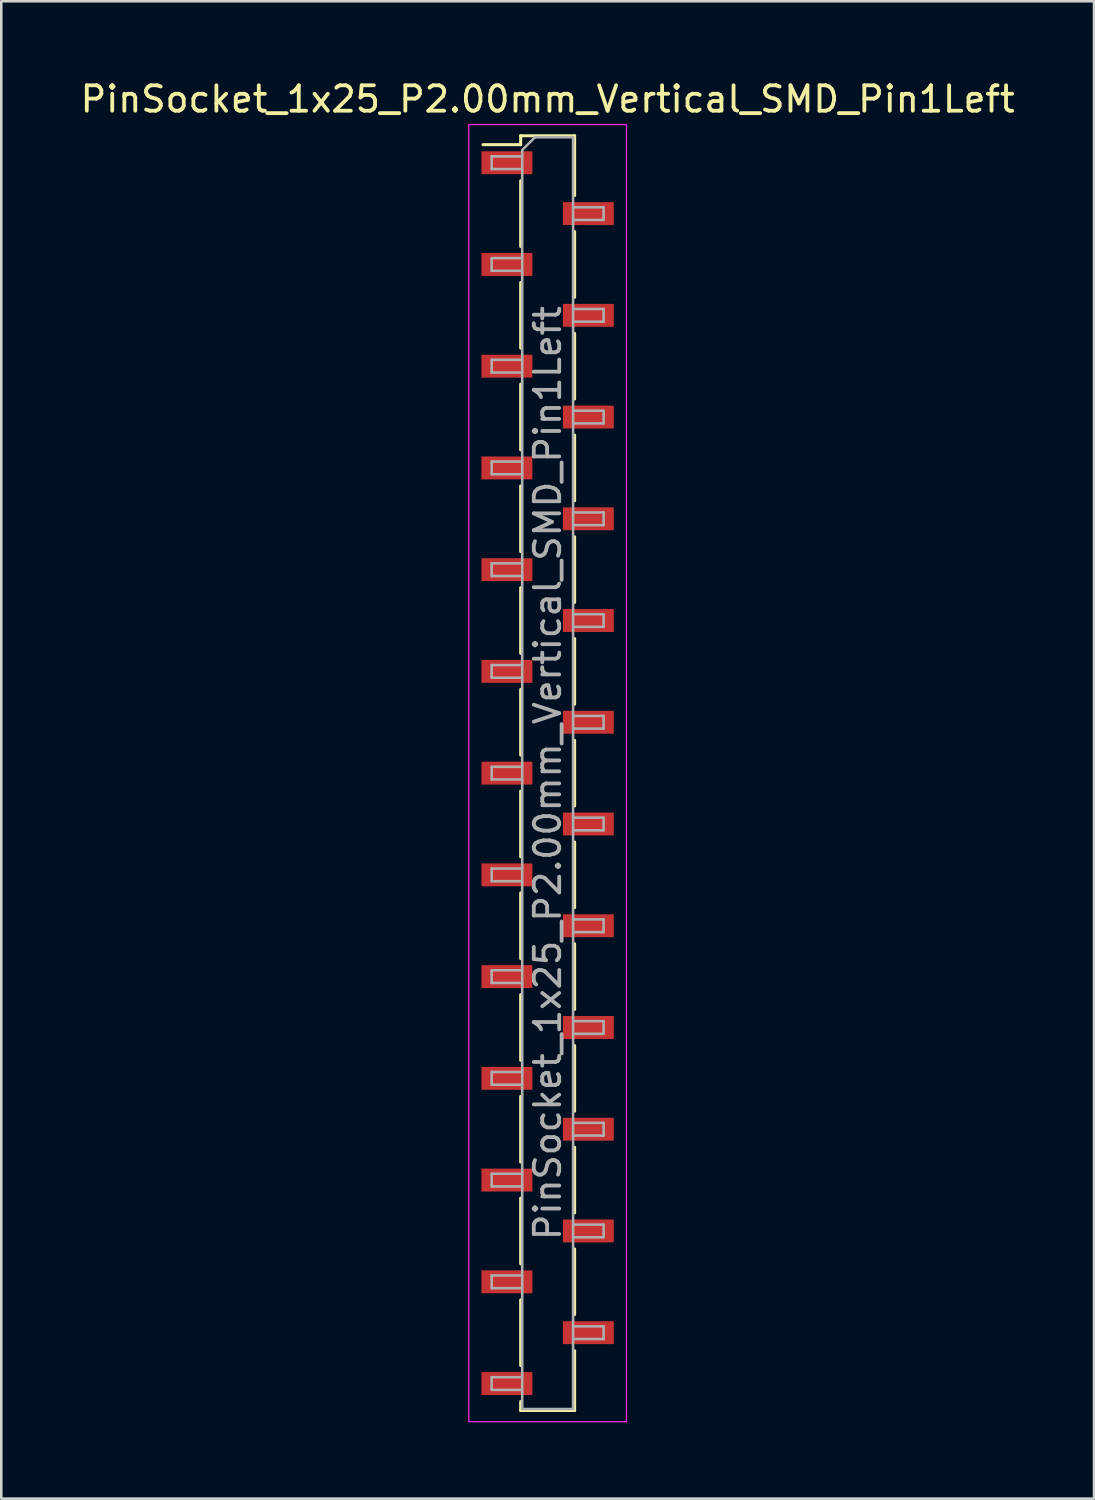
<source format=kicad_pcb>
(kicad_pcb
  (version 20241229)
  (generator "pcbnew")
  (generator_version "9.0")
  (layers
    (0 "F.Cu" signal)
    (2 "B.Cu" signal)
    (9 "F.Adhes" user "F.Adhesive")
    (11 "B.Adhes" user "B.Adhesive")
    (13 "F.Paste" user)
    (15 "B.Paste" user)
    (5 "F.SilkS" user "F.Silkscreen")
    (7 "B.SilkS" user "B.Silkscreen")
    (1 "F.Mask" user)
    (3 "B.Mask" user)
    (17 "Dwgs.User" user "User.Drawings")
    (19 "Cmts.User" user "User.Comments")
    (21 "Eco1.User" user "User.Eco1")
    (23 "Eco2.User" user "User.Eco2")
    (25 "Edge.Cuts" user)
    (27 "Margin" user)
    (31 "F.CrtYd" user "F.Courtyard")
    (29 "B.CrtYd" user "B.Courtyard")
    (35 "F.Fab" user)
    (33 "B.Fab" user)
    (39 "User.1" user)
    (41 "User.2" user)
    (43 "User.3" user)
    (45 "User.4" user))
  (footprint "PinSocket_1x25_P2.00mm_Vertical_SMD_Pin1Left"
    (layer "F.Cu")
    (at 18.482 27.348)
    (property "Reference" "PinSocket_1x25_P2.00mm_Vertical_SMD_Pin1Left" (at 0 -26.5 0) (layer "F.SilkS") (effects (font (size 1 1) (thickness 0.15))))
    (attr smd)
    (fp_line (start -2.54 -24.71) (end -1.06 -24.71) (stroke (width 0.12) (type solid)) (layer "F.SilkS"))
    (fp_line (start -1.06 -25.06) (end -1.06 -24.71) (stroke (width 0.12) (type solid)) (layer "F.SilkS"))
    (fp_line (start -1.06 -25.06) (end 1.06 -25.06) (stroke (width 0.12) (type solid)) (layer "F.SilkS"))
    (fp_line (start -1.06 -23.29) (end -1.06 -20.71) (stroke (width 0.12) (type solid)) (layer "F.SilkS"))
    (fp_line (start -1.06 -19.29) (end -1.06 -16.71) (stroke (width 0.12) (type solid)) (layer "F.SilkS"))
    (fp_line (start -1.06 -15.29) (end -1.06 -12.71) (stroke (width 0.12) (type solid)) (layer "F.SilkS"))
    (fp_line (start -1.06 -11.29) (end -1.06 -8.71) (stroke (width 0.12) (type solid)) (layer "F.SilkS"))
    (fp_line (start -1.06 -7.29) (end -1.06 -4.71) (stroke (width 0.12) (type solid)) (layer "F.SilkS"))
    (fp_line (start -1.06 -3.29) (end -1.06 -0.71) (stroke (width 0.12) (type solid)) (layer "F.SilkS"))
    (fp_line (start -1.06 0.71) (end -1.06 3.29) (stroke (width 0.12) (type solid)) (layer "F.SilkS"))
    (fp_line (start -1.06 4.71) (end -1.06 7.29) (stroke (width 0.12) (type solid)) (layer "F.SilkS"))
    (fp_line (start -1.06 8.71) (end -1.06 11.29) (stroke (width 0.12) (type solid)) (layer "F.SilkS"))
    (fp_line (start -1.06 12.71) (end -1.06 15.29) (stroke (width 0.12) (type solid)) (layer "F.SilkS"))
    (fp_line (start -1.06 16.71) (end -1.06 19.29) (stroke (width 0.12) (type solid)) (layer "F.SilkS"))
    (fp_line (start -1.06 20.71) (end -1.06 23.29) (stroke (width 0.12) (type solid)) (layer "F.SilkS"))
    (fp_line (start -1.06 24.71) (end -1.06 25.06) (stroke (width 0.12) (type solid)) (layer "F.SilkS"))
    (fp_line (start -1.06 25.06) (end 1.06 25.06) (stroke (width 0.12) (type solid)) (layer "F.SilkS"))
    (fp_line (start 1.06 -25.06) (end 1.06 -22.71) (stroke (width 0.12) (type solid)) (layer "F.SilkS"))
    (fp_line (start 1.06 -21.29) (end 1.06 -18.71) (stroke (width 0.12) (type solid)) (layer "F.SilkS"))
    (fp_line (start 1.06 -17.29) (end 1.06 -14.71) (stroke (width 0.12) (type solid)) (layer "F.SilkS"))
    (fp_line (start 1.06 -13.29) (end 1.06 -10.71) (stroke (width 0.12) (type solid)) (layer "F.SilkS"))
    (fp_line (start 1.06 -9.29) (end 1.06 -6.71) (stroke (width 0.12) (type solid)) (layer "F.SilkS"))
    (fp_line (start 1.06 -5.29) (end 1.06 -2.71) (stroke (width 0.12) (type solid)) (layer "F.SilkS"))
    (fp_line (start 1.06 -1.29) (end 1.06 1.29) (stroke (width 0.12) (type solid)) (layer "F.SilkS"))
    (fp_line (start 1.06 2.71) (end 1.06 5.29) (stroke (width 0.12) (type solid)) (layer "F.SilkS"))
    (fp_line (start 1.06 6.71) (end 1.06 9.29) (stroke (width 0.12) (type solid)) (layer "F.SilkS"))
    (fp_line (start 1.06 10.71) (end 1.06 13.29) (stroke (width 0.12) (type solid)) (layer "F.SilkS"))
    (fp_line (start 1.06 14.71) (end 1.06 17.29) (stroke (width 0.12) (type solid)) (layer "F.SilkS"))
    (fp_line (start 1.06 18.71) (end 1.06 21.29) (stroke (width 0.12) (type solid)) (layer "F.SilkS"))
    (fp_line (start 1.06 22.71) (end 1.06 25.06) (stroke (width 0.12) (type solid)) (layer "F.SilkS"))
    (fp_line (start -3.1 -25.5) (end 3.1 -25.5) (stroke (width 0.05) (type solid)) (layer "F.CrtYd"))
    (fp_line (start -3.1 25.5) (end -3.1 -25.5) (stroke (width 0.05) (type solid)) (layer "F.CrtYd"))
    (fp_line (start 3.1 -25.5) (end 3.1 25.5) (stroke (width 0.05) (type solid)) (layer "F.CrtYd"))
    (fp_line (start 3.1 25.5) (end -3.1 25.5) (stroke (width 0.05) (type solid)) (layer "F.CrtYd"))
    (fp_line (start -2.2 -24.25) (end -1 -24.25) (stroke (width 0.1) (type solid)) (layer "F.Fab"))
    (fp_line (start -2.2 -23.75) (end -2.2 -24.25) (stroke (width 0.1) (type solid)) (layer "F.Fab"))
    (fp_line (start -2.2 -20.25) (end -1 -20.25) (stroke (width 0.1) (type solid)) (layer "F.Fab"))
    (fp_line (start -2.2 -19.75) (end -2.2 -20.25) (stroke (width 0.1) (type solid)) (layer "F.Fab"))
    (fp_line (start -2.2 -16.25) (end -1 -16.25) (stroke (width 0.1) (type solid)) (layer "F.Fab"))
    (fp_line (start -2.2 -15.75) (end -2.2 -16.25) (stroke (width 0.1) (type solid)) (layer "F.Fab"))
    (fp_line (start -2.2 -12.25) (end -1 -12.25) (stroke (width 0.1) (type solid)) (layer "F.Fab"))
    (fp_line (start -2.2 -11.75) (end -2.2 -12.25) (stroke (width 0.1) (type solid)) (layer "F.Fab"))
    (fp_line (start -2.2 -8.25) (end -1 -8.25) (stroke (width 0.1) (type solid)) (layer "F.Fab"))
    (fp_line (start -2.2 -7.75) (end -2.2 -8.25) (stroke (width 0.1) (type solid)) (layer "F.Fab"))
    (fp_line (start -2.2 -4.25) (end -1 -4.25) (stroke (width 0.1) (type solid)) (layer "F.Fab"))
    (fp_line (start -2.2 -3.75) (end -2.2 -4.25) (stroke (width 0.1) (type solid)) (layer "F.Fab"))
    (fp_line (start -2.2 -0.25) (end -1 -0.25) (stroke (width 0.1) (type solid)) (layer "F.Fab"))
    (fp_line (start -2.2 0.25) (end -2.2 -0.25) (stroke (width 0.1) (type solid)) (layer "F.Fab"))
    (fp_line (start -2.2 3.75) (end -1 3.75) (stroke (width 0.1) (type solid)) (layer "F.Fab"))
    (fp_line (start -2.2 4.25) (end -2.2 3.75) (stroke (width 0.1) (type solid)) (layer "F.Fab"))
    (fp_line (start -2.2 7.75) (end -1 7.75) (stroke (width 0.1) (type solid)) (layer "F.Fab"))
    (fp_line (start -2.2 8.25) (end -2.2 7.75) (stroke (width 0.1) (type solid)) (layer "F.Fab"))
    (fp_line (start -2.2 11.75) (end -1 11.75) (stroke (width 0.1) (type solid)) (layer "F.Fab"))
    (fp_line (start -2.2 12.25) (end -2.2 11.75) (stroke (width 0.1) (type solid)) (layer "F.Fab"))
    (fp_line (start -2.2 15.75) (end -1 15.75) (stroke (width 0.1) (type solid)) (layer "F.Fab"))
    (fp_line (start -2.2 16.25) (end -2.2 15.75) (stroke (width 0.1) (type solid)) (layer "F.Fab"))
    (fp_line (start -2.2 19.75) (end -1 19.75) (stroke (width 0.1) (type solid)) (layer "F.Fab"))
    (fp_line (start -2.2 20.25) (end -2.2 19.75) (stroke (width 0.1) (type solid)) (layer "F.Fab"))
    (fp_line (start -2.2 23.75) (end -1 23.75) (stroke (width 0.1) (type solid)) (layer "F.Fab"))
    (fp_line (start -2.2 24.25) (end -2.2 23.75) (stroke (width 0.1) (type solid)) (layer "F.Fab"))
    (fp_line (start -1 -24.5) (end -0.5 -25) (stroke (width 0.1) (type solid)) (layer "F.Fab"))
    (fp_line (start -1 -23.75) (end -2.2 -23.75) (stroke (width 0.1) (type solid)) (layer "F.Fab"))
    (fp_line (start -1 -19.75) (end -2.2 -19.75) (stroke (width 0.1) (type solid)) (layer "F.Fab"))
    (fp_line (start -1 -15.75) (end -2.2 -15.75) (stroke (width 0.1) (type solid)) (layer "F.Fab"))
    (fp_line (start -1 -11.75) (end -2.2 -11.75) (stroke (width 0.1) (type solid)) (layer "F.Fab"))
    (fp_line (start -1 -7.75) (end -2.2 -7.75) (stroke (width 0.1) (type solid)) (layer "F.Fab"))
    (fp_line (start -1 -3.75) (end -2.2 -3.75) (stroke (width 0.1) (type solid)) (layer "F.Fab"))
    (fp_line (start -1 0.25) (end -2.2 0.25) (stroke (width 0.1) (type solid)) (layer "F.Fab"))
    (fp_line (start -1 4.25) (end -2.2 4.25) (stroke (width 0.1) (type solid)) (layer "F.Fab"))
    (fp_line (start -1 8.25) (end -2.2 8.25) (stroke (width 0.1) (type solid)) (layer "F.Fab"))
    (fp_line (start -1 12.25) (end -2.2 12.25) (stroke (width 0.1) (type solid)) (layer "F.Fab"))
    (fp_line (start -1 16.25) (end -2.2 16.25) (stroke (width 0.1) (type solid)) (layer "F.Fab"))
    (fp_line (start -1 20.25) (end -2.2 20.25) (stroke (width 0.1) (type solid)) (layer "F.Fab"))
    (fp_line (start -1 24.25) (end -2.2 24.25) (stroke (width 0.1) (type solid)) (layer "F.Fab"))
    (fp_line (start -1 25) (end -1 -24.5) (stroke (width 0.1) (type solid)) (layer "F.Fab"))
    (fp_line (start -0.5 -25) (end 1 -25) (stroke (width 0.1) (type solid)) (layer "F.Fab"))
    (fp_line (start 1 -25) (end 1 25) (stroke (width 0.1) (type solid)) (layer "F.Fab"))
    (fp_line (start 1 -22.25) (end 2.2 -22.25) (stroke (width 0.1) (type solid)) (layer "F.Fab"))
    (fp_line (start 1 -18.25) (end 2.2 -18.25) (stroke (width 0.1) (type solid)) (layer "F.Fab"))
    (fp_line (start 1 -14.25) (end 2.2 -14.25) (stroke (width 0.1) (type solid)) (layer "F.Fab"))
    (fp_line (start 1 -10.25) (end 2.2 -10.25) (stroke (width 0.1) (type solid)) (layer "F.Fab"))
    (fp_line (start 1 -6.25) (end 2.2 -6.25) (stroke (width 0.1) (type solid)) (layer "F.Fab"))
    (fp_line (start 1 -2.25) (end 2.2 -2.25) (stroke (width 0.1) (type solid)) (layer "F.Fab"))
    (fp_line (start 1 1.75) (end 2.2 1.75) (stroke (width 0.1) (type solid)) (layer "F.Fab"))
    (fp_line (start 1 5.75) (end 2.2 5.75) (stroke (width 0.1) (type solid)) (layer "F.Fab"))
    (fp_line (start 1 9.75) (end 2.2 9.75) (stroke (width 0.1) (type solid)) (layer "F.Fab"))
    (fp_line (start 1 13.75) (end 2.2 13.75) (stroke (width 0.1) (type solid)) (layer "F.Fab"))
    (fp_line (start 1 17.75) (end 2.2 17.75) (stroke (width 0.1) (type solid)) (layer "F.Fab"))
    (fp_line (start 1 21.75) (end 2.2 21.75) (stroke (width 0.1) (type solid)) (layer "F.Fab"))
    (fp_line (start 1 25) (end -1 25) (stroke (width 0.1) (type solid)) (layer "F.Fab"))
    (fp_line (start 2.2 -22.25) (end 2.2 -21.75) (stroke (width 0.1) (type solid)) (layer "F.Fab"))
    (fp_line (start 2.2 -21.75) (end 1 -21.75) (stroke (width 0.1) (type solid)) (layer "F.Fab"))
    (fp_line (start 2.2 -18.25) (end 2.2 -17.75) (stroke (width 0.1) (type solid)) (layer "F.Fab"))
    (fp_line (start 2.2 -17.75) (end 1 -17.75) (stroke (width 0.1) (type solid)) (layer "F.Fab"))
    (fp_line (start 2.2 -14.25) (end 2.2 -13.75) (stroke (width 0.1) (type solid)) (layer "F.Fab"))
    (fp_line (start 2.2 -13.75) (end 1 -13.75) (stroke (width 0.1) (type solid)) (layer "F.Fab"))
    (fp_line (start 2.2 -10.25) (end 2.2 -9.75) (stroke (width 0.1) (type solid)) (layer "F.Fab"))
    (fp_line (start 2.2 -9.75) (end 1 -9.75) (stroke (width 0.1) (type solid)) (layer "F.Fab"))
    (fp_line (start 2.2 -6.25) (end 2.2 -5.75) (stroke (width 0.1) (type solid)) (layer "F.Fab"))
    (fp_line (start 2.2 -5.75) (end 1 -5.75) (stroke (width 0.1) (type solid)) (layer "F.Fab"))
    (fp_line (start 2.2 -2.25) (end 2.2 -1.75) (stroke (width 0.1) (type solid)) (layer "F.Fab"))
    (fp_line (start 2.2 -1.75) (end 1 -1.75) (stroke (width 0.1) (type solid)) (layer "F.Fab"))
    (fp_line (start 2.2 1.75) (end 2.2 2.25) (stroke (width 0.1) (type solid)) (layer "F.Fab"))
    (fp_line (start 2.2 2.25) (end 1 2.25) (stroke (width 0.1) (type solid)) (layer "F.Fab"))
    (fp_line (start 2.2 5.75) (end 2.2 6.25) (stroke (width 0.1) (type solid)) (layer "F.Fab"))
    (fp_line (start 2.2 6.25) (end 1 6.25) (stroke (width 0.1) (type solid)) (layer "F.Fab"))
    (fp_line (start 2.2 9.75) (end 2.2 10.25) (stroke (width 0.1) (type solid)) (layer "F.Fab"))
    (fp_line (start 2.2 10.25) (end 1 10.25) (stroke (width 0.1) (type solid)) (layer "F.Fab"))
    (fp_line (start 2.2 13.75) (end 2.2 14.25) (stroke (width 0.1) (type solid)) (layer "F.Fab"))
    (fp_line (start 2.2 14.25) (end 1 14.25) (stroke (width 0.1) (type solid)) (layer "F.Fab"))
    (fp_line (start 2.2 17.75) (end 2.2 18.25) (stroke (width 0.1) (type solid)) (layer "F.Fab"))
    (fp_line (start 2.2 18.25) (end 1 18.25) (stroke (width 0.1) (type solid)) (layer "F.Fab"))
    (fp_line (start 2.2 21.75) (end 2.2 22.25) (stroke (width 0.1) (type solid)) (layer "F.Fab"))
    (fp_line (start 2.2 22.25) (end 1 22.25) (stroke (width 0.1) (type solid)) (layer "F.Fab"))
    (fp_text user "${REFERENCE}" (at 0 0 90) (layer "F.Fab") (effects (font (size 1 1) (thickness 0.15))))
    (pad "1" smd rect (at -1.6 -24) (size 2 0.9) (layers "F.Cu" "F.Mask" "F.Paste"))
    (pad "2" smd rect (at 1.6 -22) (size 2 0.9) (layers "F.Cu" "F.Mask" "F.Paste"))
    (pad "3" smd rect (at -1.6 -20) (size 2 0.9) (layers "F.Cu" "F.Mask" "F.Paste"))
    (pad "4" smd rect (at 1.6 -18) (size 2 0.9) (layers "F.Cu" "F.Mask" "F.Paste"))
    (pad "5" smd rect (at -1.6 -16) (size 2 0.9) (layers "F.Cu" "F.Mask" "F.Paste"))
    (pad "6" smd rect (at 1.6 -14) (size 2 0.9) (layers "F.Cu" "F.Mask" "F.Paste"))
    (pad "7" smd rect (at -1.6 -12) (size 2 0.9) (layers "F.Cu" "F.Mask" "F.Paste"))
    (pad "8" smd rect (at 1.6 -10) (size 2 0.9) (layers "F.Cu" "F.Mask" "F.Paste"))
    (pad "9" smd rect (at -1.6 -8) (size 2 0.9) (layers "F.Cu" "F.Mask" "F.Paste"))
    (pad "10" smd rect (at 1.6 -6) (size 2 0.9) (layers "F.Cu" "F.Mask" "F.Paste"))
    (pad "11" smd rect (at -1.6 -4) (size 2 0.9) (layers "F.Cu" "F.Mask" "F.Paste"))
    (pad "12" smd rect (at 1.6 -2) (size 2 0.9) (layers "F.Cu" "F.Mask" "F.Paste"))
    (pad "13" smd rect (at -1.6 0) (size 2 0.9) (layers "F.Cu" "F.Mask" "F.Paste"))
    (pad "14" smd rect (at 1.6 2) (size 2 0.9) (layers "F.Cu" "F.Mask" "F.Paste"))
    (pad "15" smd rect (at -1.6 4) (size 2 0.9) (layers "F.Cu" "F.Mask" "F.Paste"))
    (pad "16" smd rect (at 1.6 6) (size 2 0.9) (layers "F.Cu" "F.Mask" "F.Paste"))
    (pad "17" smd rect (at -1.6 8) (size 2 0.9) (layers "F.Cu" "F.Mask" "F.Paste"))
    (pad "18" smd rect (at 1.6 10) (size 2 0.9) (layers "F.Cu" "F.Mask" "F.Paste"))
    (pad "19" smd rect (at -1.6 12) (size 2 0.9) (layers "F.Cu" "F.Mask" "F.Paste"))
    (pad "20" smd rect (at 1.6 14) (size 2 0.9) (layers "F.Cu" "F.Mask" "F.Paste"))
    (pad "21" smd rect (at -1.6 16) (size 2 0.9) (layers "F.Cu" "F.Mask" "F.Paste"))
    (pad "22" smd rect (at 1.6 18) (size 2 0.9) (layers "F.Cu" "F.Mask" "F.Paste"))
    (pad "23" smd rect (at -1.6 20) (size 2 0.9) (layers "F.Cu" "F.Mask" "F.Paste"))
    (pad "24" smd rect (at 1.6 22) (size 2 0.9) (layers "F.Cu" "F.Mask" "F.Paste"))
    (pad "25" smd rect (at -1.6 24) (size 2 0.9) (layers "F.Cu" "F.Mask" "F.Paste")))
  (gr_rect
    (start -3 -3)
    (end 39.964 55.873)
    (stroke (width 0.1) (type default))
    (fill no)
    (layer "Edge.Cuts")))
</source>
